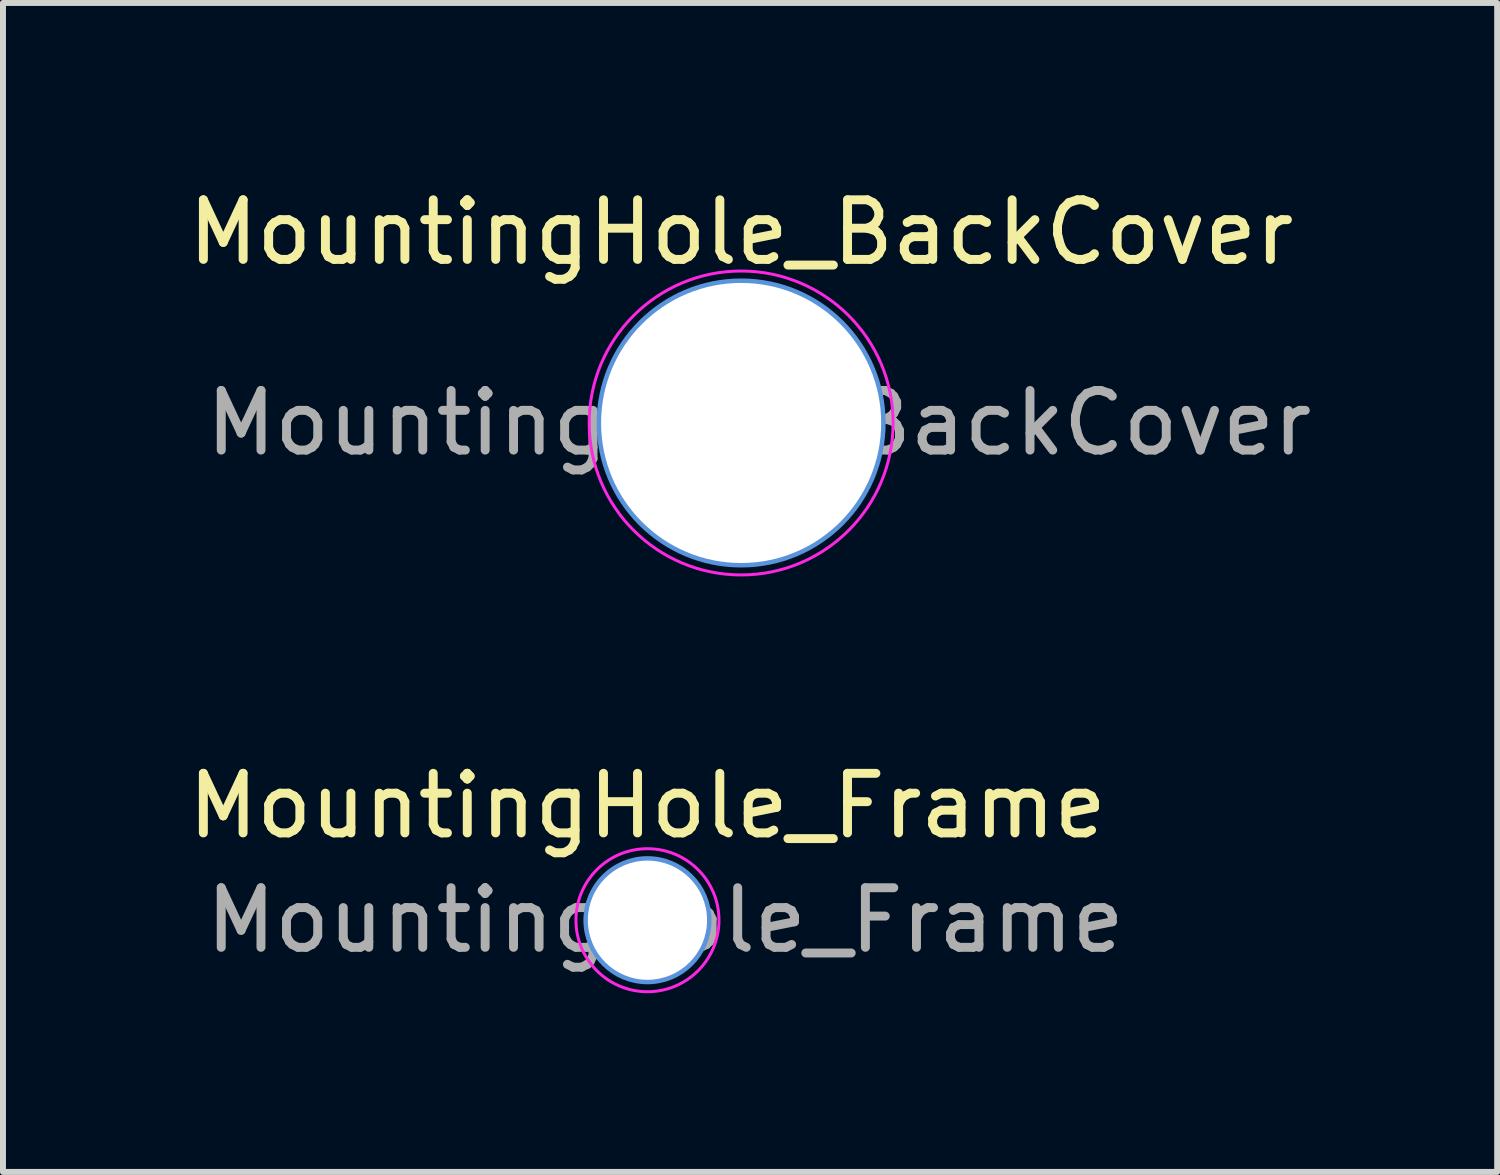
<source format=kicad_pcb>
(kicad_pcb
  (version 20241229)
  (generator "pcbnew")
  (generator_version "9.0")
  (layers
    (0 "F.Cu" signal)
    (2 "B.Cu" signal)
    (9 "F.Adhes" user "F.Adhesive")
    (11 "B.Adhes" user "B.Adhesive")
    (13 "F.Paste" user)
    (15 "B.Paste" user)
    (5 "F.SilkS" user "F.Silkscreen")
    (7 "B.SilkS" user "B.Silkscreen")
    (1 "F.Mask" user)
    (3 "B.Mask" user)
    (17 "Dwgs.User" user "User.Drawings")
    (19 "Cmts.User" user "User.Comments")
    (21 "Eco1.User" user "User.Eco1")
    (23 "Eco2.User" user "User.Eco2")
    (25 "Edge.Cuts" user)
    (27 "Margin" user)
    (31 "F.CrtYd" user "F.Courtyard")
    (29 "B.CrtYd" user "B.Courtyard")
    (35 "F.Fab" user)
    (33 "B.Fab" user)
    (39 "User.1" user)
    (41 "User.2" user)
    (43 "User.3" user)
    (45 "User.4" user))
  (footprint "MountingHole_Frame"
    (layer "F.Cu")
    (at 7.815 12.392)
    (property "Reference" "MountingHole_Frame" (at 0 -1.92 0) (layer "F.SilkS") (effects (font (size 1 1) (thickness 0.15))))
    (attr exclude_from_pos_files exclude_from_bom)
    (fp_circle (center 0 0) (end 1 0) (stroke (width 0.15) (type solid)) (fill no) (layer "Cmts.User"))
    (fp_circle (center 0 0) (end 1.2 0) (stroke (width 0.05) (type solid)) (fill no) (layer "F.CrtYd"))
    (fp_text user "${REFERENCE}" (at 0.3 0 0) (layer "F.Fab") (effects (font (size 1 1) (thickness 0.15))))
    (pad "" np_thru_hole circle (at 0 0) (size 2 2) (drill 2) (layers "*.Cu" "*.Mask")))
  (footprint "MountingHole_BackCover"
    (layer "F.Cu")
    (at 9.387 4.048)
    (property "Reference" "MountingHole_BackCover" (at 0 -3.2 0) (layer "F.SilkS") (effects (font (size 1 1) (thickness 0.15))))
    (attr exclude_from_pos_files exclude_from_bom)
    (fp_circle (center 0 0) (end 2.35 0) (stroke (width 0.15) (type solid)) (fill no) (layer "Cmts.User"))
    (fp_circle (center 0 0) (end 2.55 0) (stroke (width 0.05) (type solid)) (fill no) (layer "F.CrtYd"))
    (fp_text user "${REFERENCE}" (at 0.3 0 0) (layer "F.Fab") (effects (font (size 1 1) (thickness 0.15))))
    (pad "" np_thru_hole circle (at 0 0) (size 4.7 4.7) (drill 4.7) (layers "*.Cu" "*.Mask")))
  (gr_rect
    (start -3 -3)
    (end 22.074 16.616)
    (stroke (width 0.1) (type default))
    (fill no)
    (layer "Edge.Cuts")))
</source>
